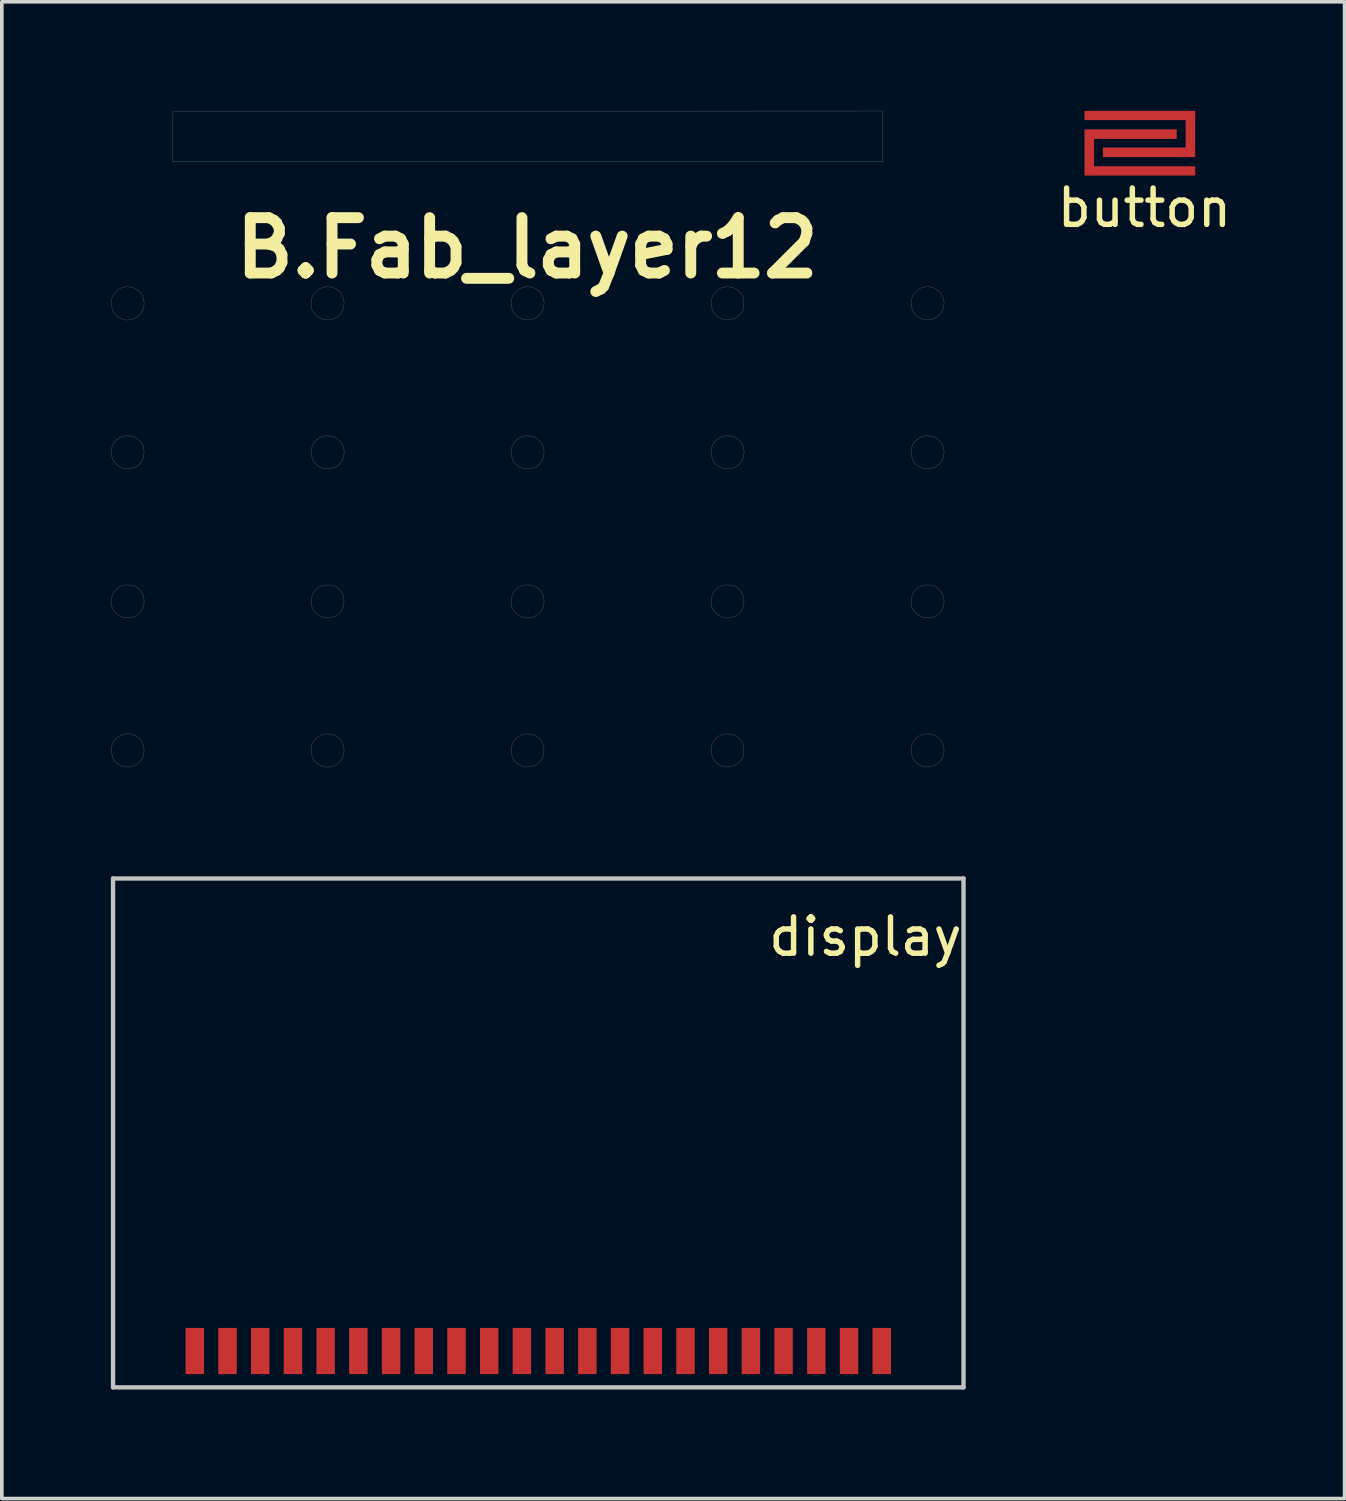
<source format=kicad_pcb>
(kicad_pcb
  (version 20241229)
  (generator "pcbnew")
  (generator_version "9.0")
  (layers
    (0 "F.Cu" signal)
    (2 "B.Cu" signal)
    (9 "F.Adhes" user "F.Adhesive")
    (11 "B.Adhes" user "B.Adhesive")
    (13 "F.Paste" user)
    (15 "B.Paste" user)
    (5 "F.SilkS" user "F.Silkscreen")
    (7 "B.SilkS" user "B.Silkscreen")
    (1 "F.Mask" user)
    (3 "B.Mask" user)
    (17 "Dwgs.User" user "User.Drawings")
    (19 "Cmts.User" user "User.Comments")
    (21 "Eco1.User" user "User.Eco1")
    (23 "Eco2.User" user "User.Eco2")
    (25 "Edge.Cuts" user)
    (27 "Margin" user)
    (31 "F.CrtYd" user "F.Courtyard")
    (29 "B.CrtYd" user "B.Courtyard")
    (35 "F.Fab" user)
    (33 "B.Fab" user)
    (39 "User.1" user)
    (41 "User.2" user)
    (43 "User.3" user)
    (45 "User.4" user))
  (footprint "display"
    (layer "F.Cu")
    (at 11.76 34.121)
    (property "Reference" "display" (at 9 -11.4 0) (layer "F.SilkS") (effects (font (size 1 1) (thickness 0.15))))
    (attr through_hole)
    (fp_line (start -11.7 -13) (end 11.7 -13) (stroke (width 0.12) (type solid)) (layer "Dwgs.User"))
    (fp_line (start -11.7 1) (end -11.7 -13) (stroke (width 0.12) (type solid)) (layer "Dwgs.User"))
    (fp_line (start 11.7 -13) (end 11.7 1) (stroke (width 0.12) (type solid)) (layer "Dwgs.User"))
    (fp_line (start 11.7 1) (end -11.7 1) (stroke (width 0.12) (type solid)) (layer "Dwgs.User"))
    (pad "1" smd rect (at -9.45 0) (size 0.508 1.27) (layers "F.Cu" "F.Mask"))
    (pad "2" smd rect (at -8.55 0) (size 0.508 1.27) (layers "F.Cu" "F.Mask"))
    (pad "3" smd rect (at -7.65 0) (size 0.508 1.27) (layers "F.Cu" "F.Mask"))
    (pad "4" smd rect (at -6.75 0) (size 0.508 1.27) (layers "F.Cu" "F.Mask"))
    (pad "5" smd rect (at -5.85 0) (size 0.508 1.27) (layers "F.Cu" "F.Mask"))
    (pad "6" smd rect (at -4.95 0) (size 0.508 1.27) (layers "F.Cu" "F.Mask"))
    (pad "7" smd rect (at -4.05 0) (size 0.508 1.27) (layers "F.Cu" "F.Mask"))
    (pad "8" smd rect (at -3.15 0) (size 0.508 1.27) (layers "F.Cu" "F.Mask"))
    (pad "9" smd rect (at -2.25 0) (size 0.508 1.27) (layers "F.Cu" "F.Mask"))
    (pad "10" smd rect (at -1.35 0) (size 0.508 1.27) (layers "F.Cu" "F.Mask"))
    (pad "11" smd rect (at -0.45 0) (size 0.508 1.27) (layers "F.Cu" "F.Mask"))
    (pad "12" smd rect (at 0.45 0) (size 0.508 1.27) (layers "F.Cu" "F.Mask"))
    (pad "13" smd rect (at 1.35 0) (size 0.508 1.27) (layers "F.Cu" "F.Mask"))
    (pad "14" smd rect (at 2.25 0) (size 0.508 1.27) (layers "F.Cu" "F.Mask"))
    (pad "15" smd rect (at 3.15 0) (size 0.508 1.27) (layers "F.Cu" "F.Mask"))
    (pad "16" smd rect (at 4.05 0) (size 0.508 1.27) (layers "F.Cu" "F.Mask"))
    (pad "17" smd rect (at 4.95 0) (size 0.508 1.27) (layers "F.Cu" "F.Mask"))
    (pad "18" smd rect (at 5.85 0) (size 0.508 1.27) (layers "F.Cu" "F.Mask"))
    (pad "19" smd rect (at 6.75 0) (size 0.508 1.27) (layers "F.Cu" "F.Mask"))
    (pad "20" smd rect (at 7.65 0) (size 0.508 1.27) (layers "F.Cu" "F.Mask"))
    (pad "21" smd rect (at 8.55 0) (size 0.508 1.27) (layers "F.Cu" "F.Mask"))
    (pad "22" smd rect (at 9.45 0) (size 0.508 1.27) (layers "F.Cu" "F.Mask")))
  (footprint "B.Fab_layer12"
    (layer "F.Cu")
    (at 11.456 3.773)
    (property "Reference" "B.Fab_layer12" (at 0 0 0) (layer "F.SilkS") (effects (font (size 1.524 1.524) (thickness 0.3))))
    (attr through_hole)
    (fp_poly (pts (xy 9.779 -2.371) (xy -9.758 -2.371) (xy -9.753 -3.064) (xy -9.747 -3.757) (xy 0.016 -3.762) (xy 9.779 -3.768) (xy 9.779 -2.371)) (stroke (width 0.01) (type solid)) (fill no) (layer "B.Fab"))
    (fp_poly (pts (xy 0.08 1.07) (xy 0.207 1.108) (xy 0.313 1.176) (xy 0.397 1.273) (xy 0.448 1.388) (xy 0.466 1.511) (xy 0.453 1.634) (xy 0.408 1.75) (xy 0.334 1.85) (xy 0.239 1.922) (xy 0.127 1.965) (xy 0.007 1.981) (xy -0.105 1.969) (xy -0.132 1.961) (xy -0.262 1.895) (xy -0.356 1.806) (xy -0.415 1.694) (xy -0.441 1.564) (xy -0.434 1.419) (xy -0.391 1.297) (xy -0.312 1.194) (xy -0.293 1.177) (xy -0.178 1.105) (xy -0.051 1.069) (xy 0.08 1.07)) (stroke (width 0.01) (type solid)) (fill no) (layer "B.Fab"))
    (fp_poly (pts (xy 11.164 13.389) (xy 11.276 13.448) (xy 11.371 13.537) (xy 11.436 13.647) (xy 11.467 13.771) (xy 11.465 13.901) (xy 11.426 14.027) (xy 11.383 14.102) (xy 11.305 14.18) (xy 11.2 14.238) (xy 11.081 14.271) (xy 10.96 14.277) (xy 10.874 14.261) (xy 10.75 14.2) (xy 10.655 14.11) (xy 10.591 13.995) (xy 10.563 13.859) (xy 10.562 13.822) (xy 10.581 13.682) (xy 10.635 13.562) (xy 10.72 13.466) (xy 10.834 13.399) (xy 10.903 13.377) (xy 11.038 13.363) (xy 11.164 13.389)) (stroke (width 0.01) (type solid)) (fill no) (layer "B.Fab"))
    (fp_poly (pts (xy -10.915 1.075) (xy -10.797 1.112) (xy -10.693 1.177) (xy -10.608 1.27) (xy -10.583 1.314) (xy -10.551 1.412) (xy -10.54 1.527) (xy -10.551 1.641) (xy -10.581 1.731) (xy -10.659 1.839) (xy -10.763 1.919) (xy -10.886 1.968) (xy -11.017 1.983) (xy -11.11 1.97) (xy -11.23 1.92) (xy -11.326 1.84) (xy -11.396 1.739) (xy -11.437 1.622) (xy -11.447 1.497) (xy -11.424 1.372) (xy -11.366 1.252) (xy -11.352 1.233) (xy -11.263 1.146) (xy -11.155 1.092) (xy -11.037 1.068) (xy -10.915 1.075)) (stroke (width 0.01) (type solid)) (fill no) (layer "B.Fab"))
    (fp_poly (pts (xy -10.882 13.377) (xy -10.755 13.427) (xy -10.655 13.509) (xy -10.584 13.617) (xy -10.546 13.747) (xy -10.541 13.822) (xy -10.557 13.959) (xy -10.607 14.074) (xy -10.693 14.171) (xy -10.702 14.178) (xy -10.818 14.248) (xy -10.946 14.28) (xy -11.078 14.274) (xy -11.139 14.257) (xy -11.266 14.194) (xy -11.358 14.107) (xy -11.416 13.995) (xy -11.44 13.857) (xy -11.441 13.822) (xy -11.427 13.687) (xy -11.384 13.579) (xy -11.308 13.489) (xy -11.254 13.448) (xy -11.13 13.385) (xy -11.003 13.362) (xy -10.882 13.377)) (stroke (width 0.01) (type solid)) (fill no) (layer "B.Fab"))
    (fp_poly (pts (xy 0.146 5.186) (xy 0.268 5.243) (xy 0.352 5.318) (xy 0.425 5.431) (xy 0.461 5.555) (xy 0.462 5.683) (xy 0.429 5.807) (xy 0.363 5.918) (xy 0.264 6.009) (xy 0.261 6.011) (xy 0.167 6.054) (xy 0.051 6.074) (xy -0.069 6.07) (xy -0.178 6.043) (xy -0.209 6.029) (xy -0.314 5.95) (xy -0.389 5.848) (xy -0.434 5.731) (xy -0.445 5.606) (xy -0.423 5.48) (xy -0.366 5.363) (xy -0.331 5.318) (xy -0.228 5.231) (xy -0.104 5.18) (xy 0.011 5.166) (xy 0.146 5.186)) (stroke (width 0.01) (type solid)) (fill no) (layer "B.Fab"))
    (fp_poly (pts (xy 0.148 13.386) (xy 0.267 13.44) (xy 0.362 13.523) (xy 0.428 13.633) (xy 0.46 13.763) (xy 0.461 13.777) (xy 0.455 13.925) (xy 0.413 14.049) (xy 0.337 14.151) (xy 0.229 14.226) (xy 0.139 14.259) (xy 0.038 14.277) (xy -0.057 14.278) (xy -0.106 14.269) (xy -0.242 14.207) (xy -0.344 14.121) (xy -0.409 14.013) (xy -0.44 13.881) (xy -0.44 13.777) (xy -0.411 13.645) (xy -0.348 13.533) (xy -0.256 13.447) (xy -0.139 13.39) (xy -0.004 13.368) (xy 0.011 13.367) (xy 0.148 13.386)) (stroke (width 0.01) (type solid)) (fill no) (layer "B.Fab"))
    (fp_poly (pts (xy 11.083 1.07) (xy 11.202 1.105) (xy 11.308 1.17) (xy 11.394 1.264) (xy 11.448 1.374) (xy 11.47 1.5) (xy 11.457 1.628) (xy 11.411 1.748) (xy 11.336 1.849) (xy 11.261 1.909) (xy 11.167 1.951) (xy 11.062 1.976) (xy 10.962 1.981) (xy 10.901 1.971) (xy 10.764 1.909) (xy 10.663 1.824) (xy 10.596 1.715) (xy 10.565 1.582) (xy 10.562 1.524) (xy 10.578 1.387) (xy 10.628 1.273) (xy 10.714 1.176) (xy 10.723 1.168) (xy 10.837 1.099) (xy 10.959 1.068) (xy 11.083 1.07)) (stroke (width 0.01) (type solid)) (fill no) (layer "B.Fab"))
    (fp_poly (pts (xy -10.856 5.186) (xy -10.741 5.241) (xy -10.653 5.313) (xy -10.589 5.396) (xy -10.553 5.491) (xy -10.543 5.608) (xy -10.545 5.664) (xy -10.572 5.8) (xy -10.633 5.913) (xy -10.723 5.998) (xy -10.84 6.053) (xy -10.979 6.074) (xy -10.994 6.074) (xy -11.084 6.067) (xy -11.16 6.051) (xy -11.187 6.04) (xy -11.304 5.957) (xy -11.389 5.85) (xy -11.438 5.725) (xy -11.45 5.62) (xy -11.432 5.487) (xy -11.381 5.374) (xy -11.304 5.283) (xy -11.207 5.216) (xy -11.096 5.176) (xy -10.977 5.166) (xy -10.856 5.186)) (stroke (width 0.01) (type solid)) (fill no) (layer "B.Fab"))
    (fp_poly (pts (xy 11.146 5.182) (xy 11.258 5.231) (xy 11.348 5.305) (xy 11.415 5.398) (xy 11.456 5.505) (xy 11.471 5.618) (xy 11.458 5.733) (xy 11.416 5.843) (xy 11.342 5.941) (xy 11.237 6.022) (xy 11.214 6.034) (xy 11.109 6.068) (xy 10.988 6.075) (xy 10.868 6.055) (xy 10.793 6.026) (xy 10.685 5.947) (xy 10.611 5.843) (xy 10.572 5.715) (xy 10.566 5.664) (xy 10.568 5.535) (xy 10.593 5.433) (xy 10.644 5.346) (xy 10.674 5.313) (xy 10.784 5.228) (xy 10.911 5.177) (xy 11.013 5.165) (xy 11.146 5.182)) (stroke (width 0.01) (type solid)) (fill no) (layer "B.Fab"))
    (fp_poly (pts (xy -5.363 9.281) (xy -5.306 9.301) (xy -5.271 9.319) (xy -5.162 9.397) (xy -5.089 9.498) (xy -5.049 9.624) (xy -5.041 9.692) (xy -5.047 9.825) (xy -5.083 9.935) (xy -5.153 10.033) (xy -5.179 10.058) (xy -5.285 10.132) (xy -5.409 10.172) (xy -5.54 10.179) (xy -5.666 10.149) (xy -5.683 10.141) (xy -5.797 10.067) (xy -5.88 9.968) (xy -5.931 9.851) (xy -5.947 9.723) (xy -5.926 9.59) (xy -5.894 9.51) (xy -5.824 9.403) (xy -5.736 9.33) (xy -5.625 9.288) (xy -5.516 9.275) (xy -5.427 9.273) (xy -5.363 9.281)) (stroke (width 0.01) (type solid)) (fill no) (layer "B.Fab"))
    (fp_poly (pts (xy 0.078 9.273) (xy 0.199 9.307) (xy 0.308 9.373) (xy 0.387 9.456) (xy 0.438 9.558) (xy 0.463 9.679) (xy 0.461 9.803) (xy 0.445 9.874) (xy 0.386 9.988) (xy 0.296 10.081) (xy 0.183 10.146) (xy 0.056 10.178) (xy 0.011 10.18) (xy -0.073 10.172) (xy -0.156 10.151) (xy -0.18 10.142) (xy -0.276 10.079) (xy -0.359 9.991) (xy -0.417 9.892) (xy -0.423 9.874) (xy -0.444 9.759) (xy -0.436 9.637) (xy -0.404 9.522) (xy -0.369 9.458) (xy -0.279 9.363) (xy -0.169 9.301) (xy -0.047 9.271) (xy 0.078 9.273)) (stroke (width 0.01) (type solid)) (fill no) (layer "B.Fab"))
    (fp_poly (pts (xy 5.606 5.175) (xy 5.715 5.21) (xy 5.811 5.271) (xy 5.889 5.356) (xy 5.943 5.464) (xy 5.967 5.593) (xy 5.968 5.62) (xy 5.948 5.755) (xy 5.892 5.876) (xy 5.805 5.977) (xy 5.706 6.041) (xy 5.607 6.069) (xy 5.491 6.075) (xy 5.375 6.057) (xy 5.29 6.026) (xy 5.182 5.948) (xy 5.109 5.847) (xy 5.07 5.72) (xy 5.063 5.654) (xy 5.061 5.562) (xy 5.071 5.494) (xy 5.094 5.434) (xy 5.097 5.427) (xy 5.174 5.315) (xy 5.27 5.235) (xy 5.378 5.186) (xy 5.492 5.167) (xy 5.606 5.175)) (stroke (width 0.01) (type solid)) (fill no) (layer "B.Fab"))
    (fp_poly (pts (xy -10.851 9.29) (xy -10.735 9.343) (xy -10.643 9.425) (xy -10.578 9.533) (xy -10.543 9.661) (xy -10.543 9.805) (xy -10.549 9.849) (xy -10.579 9.923) (xy -10.636 10.004) (xy -10.71 10.078) (xy -10.788 10.133) (xy -10.804 10.141) (xy -10.918 10.173) (xy -11.042 10.177) (xy -11.16 10.152) (xy -11.187 10.141) (xy -11.299 10.068) (xy -11.381 9.972) (xy -11.432 9.859) (xy -11.451 9.737) (xy -11.437 9.614) (xy -11.389 9.497) (xy -11.307 9.393) (xy -11.293 9.381) (xy -11.218 9.322) (xy -11.148 9.288) (xy -11.065 9.274) (xy -10.987 9.271) (xy -10.851 9.29)) (stroke (width 0.01) (type solid)) (fill no) (layer "B.Fab"))
    (fp_poly (pts (xy -5.414 1.071) (xy -5.29 1.11) (xy -5.197 1.169) (xy -5.114 1.263) (xy -5.061 1.378) (xy -5.038 1.503) (xy -5.047 1.63) (xy -5.087 1.748) (xy -5.15 1.838) (xy -5.245 1.912) (xy -5.363 1.961) (xy -5.49 1.981) (xy -5.607 1.97) (xy -5.71 1.925) (xy -5.808 1.852) (xy -5.885 1.761) (xy -5.9 1.736) (xy -5.929 1.673) (xy -5.943 1.612) (xy -5.945 1.535) (xy -5.944 1.498) (xy -5.935 1.409) (xy -5.917 1.344) (xy -5.884 1.283) (xy -5.872 1.266) (xy -5.779 1.167) (xy -5.667 1.101) (xy -5.542 1.069) (xy -5.414 1.071)) (stroke (width 0.01) (type solid)) (fill no) (layer "B.Fab"))
    (fp_poly (pts (xy -5.378 5.18) (xy -5.268 5.224) (xy -5.17 5.298) (xy -5.089 5.404) (xy -5.076 5.427) (xy -5.043 5.532) (xy -5.038 5.652) (xy -5.059 5.772) (xy -5.105 5.876) (xy -5.112 5.887) (xy -5.205 5.985) (xy -5.321 6.048) (xy -5.457 6.073) (xy -5.491 6.074) (xy -5.572 6.069) (xy -5.646 6.057) (xy -5.683 6.045) (xy -5.785 5.978) (xy -5.867 5.882) (xy -5.923 5.765) (xy -5.947 5.637) (xy -5.947 5.62) (xy -5.929 5.487) (xy -5.88 5.375) (xy -5.806 5.285) (xy -5.713 5.22) (xy -5.606 5.18) (xy -5.492 5.166) (xy -5.378 5.18)) (stroke (width 0.01) (type solid)) (fill no) (layer "B.Fab"))
    (fp_poly (pts (xy 11.111 9.276) (xy 11.189 9.296) (xy 11.259 9.336) (xy 11.315 9.381) (xy 11.401 9.482) (xy 11.453 9.598) (xy 11.471 9.72) (xy 11.457 9.842) (xy 11.411 9.956) (xy 11.334 10.055) (xy 11.229 10.131) (xy 11.193 10.148) (xy 11.08 10.176) (xy 10.957 10.176) (xy 10.842 10.148) (xy 10.827 10.142) (xy 10.743 10.09) (xy 10.666 10.017) (xy 10.605 9.936) (xy 10.572 9.858) (xy 10.571 9.853) (xy 10.561 9.704) (xy 10.585 9.57) (xy 10.641 9.455) (xy 10.725 9.364) (xy 10.835 9.302) (xy 10.965 9.273) (xy 11.009 9.271) (xy 11.111 9.276)) (stroke (width 0.01) (type solid)) (fill no) (layer "B.Fab"))
    (fp_poly (pts (xy 5.653 13.386) (xy 5.773 13.443) (xy 5.873 13.537) (xy 5.894 13.564) (xy 5.927 13.616) (xy 5.947 13.662) (xy 5.956 13.718) (xy 5.958 13.797) (xy 5.958 13.822) (xy 5.957 13.91) (xy 5.95 13.97) (xy 5.933 14.017) (xy 5.903 14.066) (xy 5.894 14.079) (xy 5.803 14.175) (xy 5.69 14.242) (xy 5.564 14.276) (xy 5.435 14.276) (xy 5.371 14.261) (xy 5.249 14.2) (xy 5.153 14.11) (xy 5.09 13.995) (xy 5.061 13.861) (xy 5.059 13.826) (xy 5.077 13.684) (xy 5.13 13.564) (xy 5.213 13.469) (xy 5.324 13.404) (xy 5.458 13.371) (xy 5.514 13.368) (xy 5.653 13.386)) (stroke (width 0.01) (type solid)) (fill no) (layer "B.Fab"))
    (fp_poly (pts (xy -5.351 13.387) (xy -5.231 13.441) (xy -5.137 13.525) (xy -5.072 13.636) (xy -5.041 13.77) (xy -5.038 13.826) (xy -5.058 13.961) (xy -5.112 14.08) (xy -5.196 14.176) (xy -5.305 14.244) (xy -5.367 14.264) (xy -5.462 14.283) (xy -5.54 14.282) (xy -5.621 14.262) (xy -5.635 14.257) (xy -5.741 14.21) (xy -5.82 14.148) (xy -5.879 14.072) (xy -5.91 14.02) (xy -5.927 13.97) (xy -5.935 13.908) (xy -5.937 13.82) (xy -5.936 13.733) (xy -5.928 13.673) (xy -5.911 13.625) (xy -5.881 13.576) (xy -5.873 13.564) (xy -5.777 13.462) (xy -5.662 13.397) (xy -5.528 13.369) (xy -5.493 13.368) (xy -5.351 13.387)) (stroke (width 0.01) (type solid)) (fill no) (layer "B.Fab"))
    (fp_poly (pts (xy 5.537 9.275) (xy 5.628 9.282) (xy 5.693 9.298) (xy 5.75 9.326) (xy 5.775 9.342) (xy 5.868 9.431) (xy 5.93 9.541) (xy 5.962 9.663) (xy 5.962 9.79) (xy 5.93 9.911) (xy 5.865 10.02) (xy 5.829 10.058) (xy 5.724 10.13) (xy 5.6 10.171) (xy 5.471 10.18) (xy 5.347 10.153) (xy 5.334 10.147) (xy 5.223 10.078) (xy 5.131 9.976) (xy 5.097 9.918) (xy 5.072 9.858) (xy 5.061 9.792) (xy 5.062 9.703) (xy 5.063 9.692) (xy 5.087 9.553) (xy 5.145 9.441) (xy 5.237 9.352) (xy 5.292 9.319) (xy 5.352 9.29) (xy 5.411 9.276) (xy 5.484 9.273) (xy 5.537 9.275)) (stroke (width 0.01) (type solid)) (fill no) (layer "B.Fab"))
    (fp_poly (pts (xy 5.671 1.093) (xy 5.789 1.157) (xy 5.887 1.257) (xy 5.894 1.267) (xy 5.927 1.318) (xy 5.947 1.365) (xy 5.956 1.421) (xy 5.958 1.502) (xy 5.958 1.522) (xy 5.956 1.611) (xy 5.948 1.673) (xy 5.93 1.723) (xy 5.901 1.773) (xy 5.844 1.84) (xy 5.774 1.899) (xy 5.753 1.913) (xy 5.663 1.951) (xy 5.561 1.975) (xy 5.463 1.981) (xy 5.397 1.971) (xy 5.261 1.909) (xy 5.16 1.823) (xy 5.093 1.713) (xy 5.062 1.579) (xy 5.059 1.519) (xy 5.079 1.383) (xy 5.134 1.264) (xy 5.22 1.168) (xy 5.333 1.1) (xy 5.4 1.079) (xy 5.539 1.066) (xy 5.671 1.093)) (stroke (width 0.01) (type solid)) (fill no) (layer "B.Fab")))
  (footprint "button"
    (layer "F.Cu")
    (at 28.311 1.144)
    (property "Reference" "button" (at 0.127 1.524 0) (layer "F.SilkS") (effects (font (size 1 1) (thickness 0.15))))
    (attr through_hole)
    (pad "1" smd custom (at 0 -1.016) (size 3.048 0.254) (layers "F.Cu" "F.Mask") (options (anchor rect)) (primitives (gr_poly (pts (xy -1.016 1.144) (xy 1.523 1.144) (xy 1.523 -0.128) (xy 1.26 -0.128) (xy 1.26 0.88) (xy -1.016 0.88)) (width 0) (fill yes))))
    (pad "2" smd custom (at 0 0.508 180) (size 3.048 0.254) (layers "F.Cu" "F.Mask") (options (anchor rect)) (primitives (gr_poly (pts (xy -1.016 1.144) (xy 1.523 1.144) (xy 1.523 -0.128) (xy 1.26 -0.128) (xy 1.26 0.88) (xy -1.016 0.88)) (width 0) (fill yes)))))
  (gr_rect
    (start -3 -3)
    (end 33.944 38.181)
    (stroke (width 0.1) (type default))
    (fill no)
    (layer "Edge.Cuts")))
</source>
